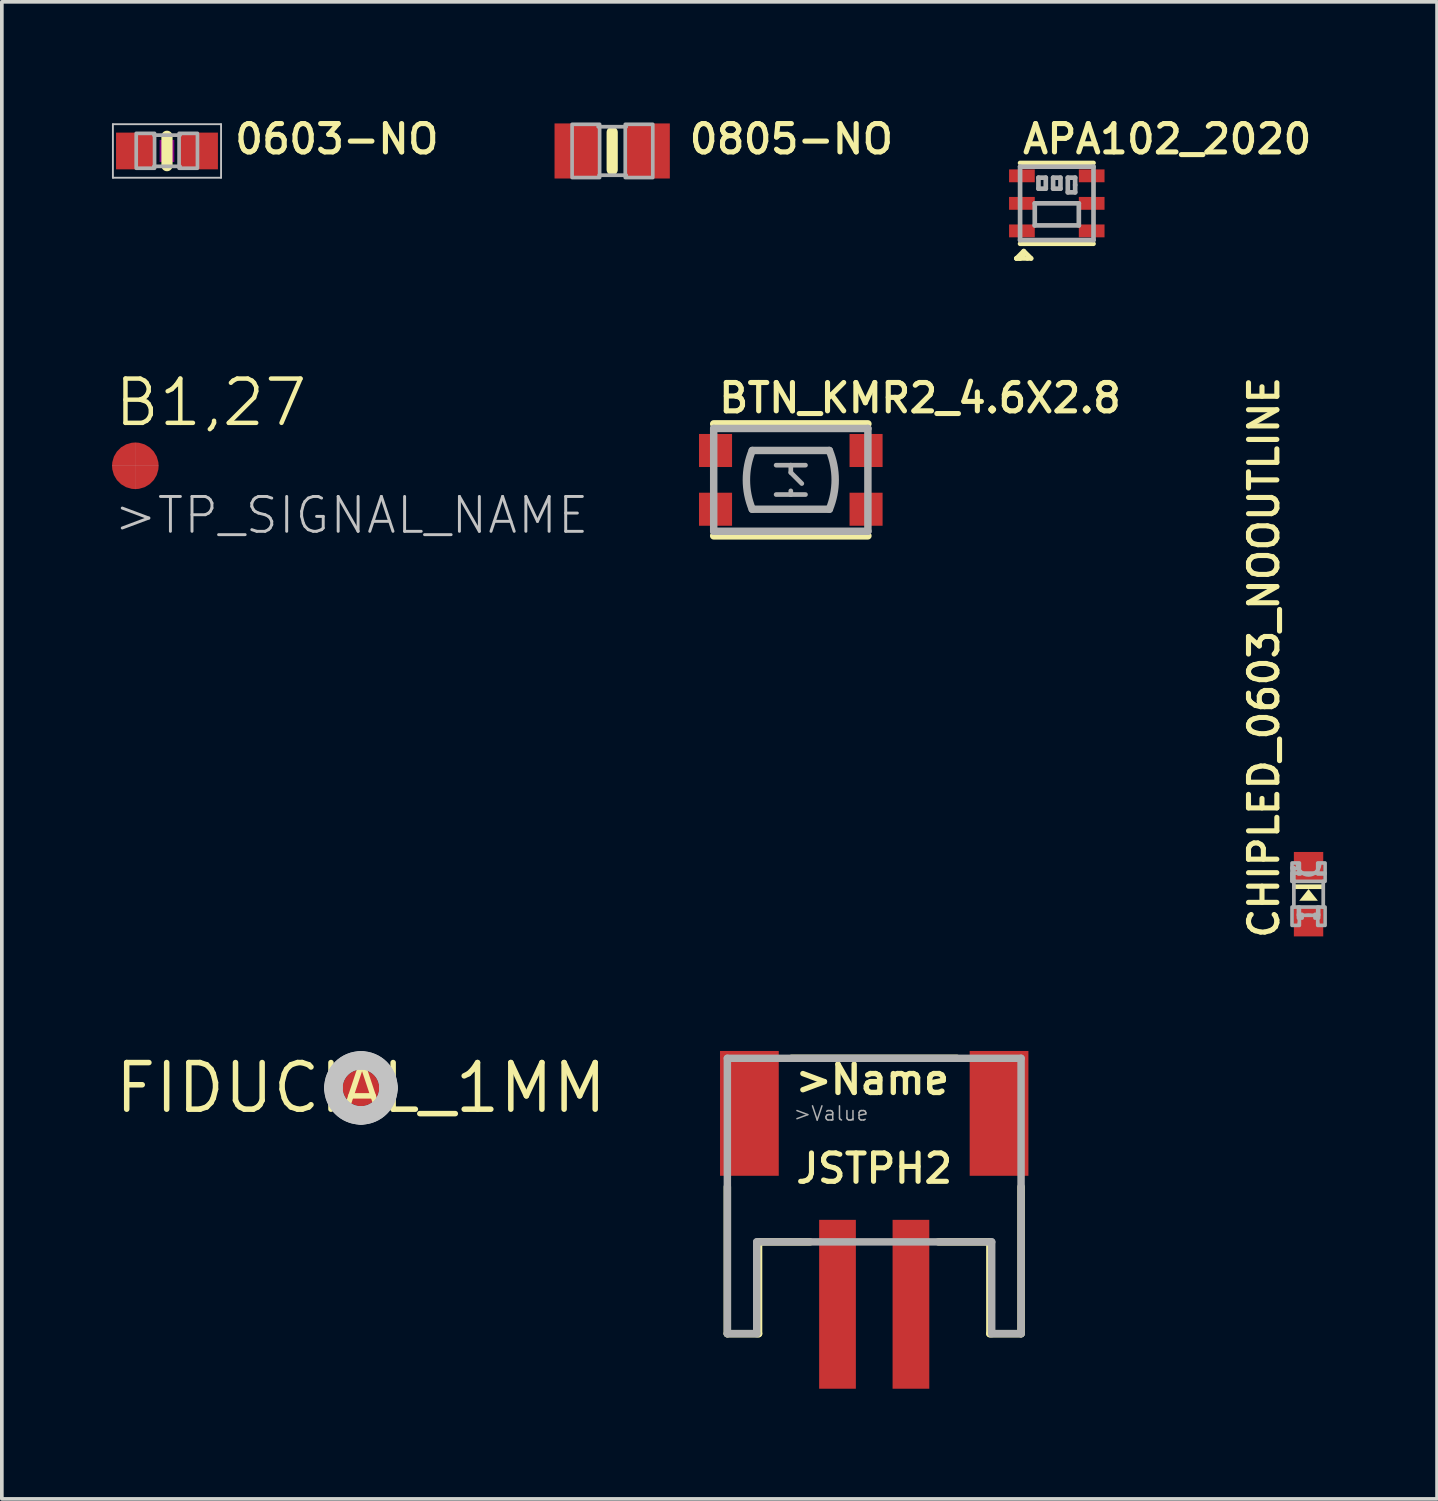
<source format=kicad_pcb>
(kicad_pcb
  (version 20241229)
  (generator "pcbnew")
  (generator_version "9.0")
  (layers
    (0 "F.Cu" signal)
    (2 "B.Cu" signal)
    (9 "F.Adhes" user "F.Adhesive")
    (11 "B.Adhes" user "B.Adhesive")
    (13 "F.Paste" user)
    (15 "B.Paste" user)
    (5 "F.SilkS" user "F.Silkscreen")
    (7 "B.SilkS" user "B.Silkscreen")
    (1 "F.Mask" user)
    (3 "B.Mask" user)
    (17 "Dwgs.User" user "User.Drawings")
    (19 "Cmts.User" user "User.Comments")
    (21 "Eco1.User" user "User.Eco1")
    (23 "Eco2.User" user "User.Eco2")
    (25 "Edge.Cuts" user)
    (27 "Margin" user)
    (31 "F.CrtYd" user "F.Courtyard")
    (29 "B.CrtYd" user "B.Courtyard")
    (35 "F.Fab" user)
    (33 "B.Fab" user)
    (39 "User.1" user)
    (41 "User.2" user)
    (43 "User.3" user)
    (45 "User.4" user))
  (footprint "CHIPLED_0603_NOOUTLINE"
    (layer "F.Cu")
    (at 32.591 21.305)
    (property "Reference" "CHIPLED_0603_NOOUTLINE" (at -0.762 1.27 270) (layer "F.SilkS") (effects (font (size 0.772 0.772) (thickness 0.139)) (justify left bottom)))
    (attr through_hole)
    (fp_poly (pts (xy 0 -0.14) (xy -0.254 0.178) (xy 0.254 0.178)) (stroke (width 0) (type solid)) (fill yes) (layer "F.SilkS"))
    (fp_poly (pts (xy -0.381 -0.14) (xy 0.381 -0.14) (xy 0.381 -0.267) (xy -0.381 -0.267)) (stroke (width 0) (type solid)) (fill yes) (layer "F.SilkS"))
    (fp_line (start -0.4 -0.375) (end -0.4 0.35) (stroke (width 0.102) (type solid)) (layer "F.Fab"))
    (fp_line (start 0.4 -0.35) (end 0.4 0.35) (stroke (width 0.102) (type solid)) (layer "F.Fab"))
    (fp_arc (start -0.275 0.825) (mid 0 0.55) (end 0.275 0.825) (stroke (width 0.0508) (type solid)) (layer "F.Fab"))
    (fp_arc (start 0.3 -0.799998) (mid -0.000001 -0.524966) (end -0.3 -0.8) (stroke (width 0.1016) (type solid)) (layer "F.Fab"))
    (fp_circle (center -0.35 -0.625) (end -0.275 -0.625) (stroke (width 0.051) (type solid)) (fill no) (layer "F.Fab"))
    (fp_poly (pts (xy -0.45 -0.7) (xy -0.25 -0.7) (xy -0.25 -0.85) (xy -0.45 -0.85)) (stroke (width 0.1) (type solid)) (fill no) (layer "F.Fab"))
    (fp_poly (pts (xy -0.45 -0.35) (xy -0.4 -0.35) (xy -0.4 -0.725) (xy -0.45 -0.725)) (stroke (width 0.1) (type solid)) (fill no) (layer "F.Fab"))
    (fp_poly (pts (xy -0.45 -0.35) (xy 0.45 -0.35) (xy 0.45 -0.575) (xy -0.45 -0.575)) (stroke (width 0.1) (type solid)) (fill no) (layer "F.Fab"))
    (fp_poly (pts (xy -0.45 0.85) (xy -0.25 0.85) (xy -0.25 0.35) (xy -0.45 0.35)) (stroke (width 0.1) (type solid)) (fill no) (layer "F.Fab"))
    (fp_poly (pts (xy -0.275 -0.55) (xy -0.225 -0.55) (xy -0.225 -0.6) (xy -0.275 -0.6)) (stroke (width 0.1) (type solid)) (fill no) (layer "F.Fab"))
    (fp_poly (pts (xy -0.275 0.575) (xy 0.275 0.575) (xy 0.275 0.35) (xy -0.275 0.35)) (stroke (width 0.1) (type solid)) (fill no) (layer "F.Fab"))
    (fp_poly (pts (xy -0.275 0.65) (xy -0.175 0.65) (xy -0.175 0.55) (xy -0.275 0.55)) (stroke (width 0.1) (type solid)) (fill no) (layer "F.Fab"))
    (fp_poly (pts (xy 0.175 0.65) (xy 0.275 0.65) (xy 0.275 0.55) (xy 0.175 0.55)) (stroke (width 0.1) (type solid)) (fill no) (layer "F.Fab"))
    (fp_poly (pts (xy 0.25 -0.55) (xy 0.45 -0.55) (xy 0.45 -0.85) (xy 0.25 -0.85)) (stroke (width 0.1) (type solid)) (fill no) (layer "F.Fab"))
    (fp_poly (pts (xy 0.25 0.85) (xy 0.45 0.85) (xy 0.45 0.35) (xy 0.25 0.35)) (stroke (width 0.1) (type solid)) (fill no) (layer "F.Fab"))
    (pad "A" smd rect (at 0 0.75) (size 0.8 0.8) (layers "F.Cu" "F.Mask" "F.Paste"))
    (pad "C" smd rect (at 0 -0.75) (size 0.8 0.8) (layers "F.Cu" "F.Mask" "F.Paste")))
  (footprint "0603-NO"
    (layer "F.Cu")
    (at 1.498 1.062)
    (property "Reference" "0603-NO" (at 1.778 0.127 0) (layer "F.SilkS") (effects (font (size 0.772 0.772) (thickness 0.139)) (justify left bottom)))
    (attr through_hole)
    (fp_line (start 0 -0.4) (end 0 0.4) (stroke (width 0.305) (type solid)) (layer "F.SilkS"))
    (fp_poly (pts (xy -0.2 0.3) (xy 0.2 0.3) (xy 0.2 -0.3) (xy -0.2 -0.3)) (stroke (width 0) (type solid)) (fill yes) (layer "F.Adhes"))
    (fp_line (start -1.473 -0.729) (end 1.473 -0.729) (stroke (width 0.051) (type solid)) (layer "Dwgs.User"))
    (fp_line (start -1.473 0.729) (end -1.473 -0.729) (stroke (width 0.051) (type solid)) (layer "Dwgs.User"))
    (fp_line (start 1.473 -0.729) (end 1.473 0.729) (stroke (width 0.051) (type solid)) (layer "Dwgs.User"))
    (fp_line (start 1.473 0.729) (end -1.473 0.729) (stroke (width 0.051) (type solid)) (layer "Dwgs.User"))
    (fp_line (start -0.356 -0.432) (end 0.356 -0.432) (stroke (width 0.102) (type solid)) (layer "F.Fab"))
    (fp_line (start -0.356 0.419) (end 0.356 0.419) (stroke (width 0.102) (type solid)) (layer "F.Fab"))
    (fp_poly (pts (xy -0.838 0.47) (xy -0.338 0.47) (xy -0.338 -0.48) (xy -0.838 -0.48)) (stroke (width 0.1) (type solid)) (fill no) (layer "F.Fab"))
    (fp_poly (pts (xy 0.33 0.47) (xy 0.83 0.47) (xy 0.83 -0.48) (xy 0.33 -0.48)) (stroke (width 0.1) (type solid)) (fill no) (layer "F.Fab"))
    (pad "1" smd rect (at -0.85 0) (size 1.075 1) (layers "F.Cu" "F.Mask" "F.Paste"))
    (pad "2" smd rect (at 0.85 0) (size 1.075 1) (layers "F.Cu" "F.Mask" "F.Paste")))
  (footprint "0805-NO"
    (layer "F.Cu")
    (at 13.624 1.062)
    (property "Reference" "0805-NO" (at 2.032 0.127 180) (layer "F.SilkS") (effects (font (size 0.772 0.772) (thickness 0.139)) (justify left bottom)))
    (attr through_hole)
    (fp_line (start 0 -0.508) (end 0 0.508) (stroke (width 0.305) (type solid)) (layer "F.SilkS"))
    (fp_line (start -0.381 -0.66) (end 0.381 -0.66) (stroke (width 0.102) (type solid)) (layer "F.Fab"))
    (fp_line (start -0.356 0.66) (end 0.381 0.66) (stroke (width 0.102) (type solid)) (layer "F.Fab"))
    (fp_poly (pts (xy -1.092 0.724) (xy -0.342 0.724) (xy -0.342 -0.726) (xy -1.092 -0.726)) (stroke (width 0.1) (type solid)) (fill no) (layer "F.Fab"))
    (fp_poly (pts (xy 0.356 0.724) (xy 1.106 0.724) (xy 1.106 -0.726) (xy 0.356 -0.726)) (stroke (width 0.1) (type solid)) (fill no) (layer "F.Fab"))
    (pad "1" smd rect (at -0.95 0) (size 1.24 1.5) (layers "F.Cu" "F.Mask" "F.Paste"))
    (pad "2" smd rect (at 0.95 0) (size 1.24 1.5) (layers "F.Cu" "F.Mask" "F.Paste")))
  (footprint "APA102_2020"
    (layer "F.Cu")
    (at 25.734 2.489)
    (property "Reference" "APA102_2020" (at -1 -1.3 0) (layer "F.SilkS") (effects (font (size 0.772 0.772) (thickness 0.139)) (justify left bottom)))
    (attr through_hole)
    (fp_line (start -1.1 1.5) (end -1 1.5) (stroke (width 0.127) (type solid)) (layer "F.SilkS"))
    (fp_line (start -1.1 1.5) (end -0.8 1.5) (stroke (width 0.127) (type solid)) (layer "F.SilkS"))
    (fp_line (start -1 1.5) (end -0.9 1.4) (stroke (width 0.127) (type solid)) (layer "F.SilkS"))
    (fp_line (start -0.9 1.3) (end -1.1 1.5) (stroke (width 0.127) (type solid)) (layer "F.SilkS"))
    (fp_line (start -0.8 1.5) (end -0.7 1.5) (stroke (width 0.127) (type solid)) (layer "F.SilkS"))
    (fp_line (start -0.7 1.5) (end -0.9 1.3) (stroke (width 0.127) (type solid)) (layer "F.SilkS"))
    (fp_line (start 1 -1.1) (end -1 -1.1) (stroke (width 0.127) (type solid)) (layer "F.SilkS"))
    (fp_line (start 1 1.1) (end -1 1.1) (stroke (width 0.127) (type solid)) (layer "F.SilkS"))
    (fp_line (start -1 -1) (end 1 -1) (stroke (width 0.127) (type solid)) (layer "F.Fab"))
    (fp_line (start -1 1) (end -1 -1) (stroke (width 0.127) (type solid)) (layer "F.Fab"))
    (fp_line (start -0.6 0) (end 0.6 0) (stroke (width 0.127) (type solid)) (layer "F.Fab"))
    (fp_line (start -0.6 0.6) (end -0.6 0) (stroke (width 0.127) (type solid)) (layer "F.Fab"))
    (fp_line (start -0.5 -0.7) (end -0.3 -0.7) (stroke (width 0.127) (type solid)) (layer "F.Fab"))
    (fp_line (start -0.5 -0.4) (end -0.5 -0.7) (stroke (width 0.127) (type solid)) (layer "F.Fab"))
    (fp_line (start -0.3 -0.7) (end -0.3 -0.4) (stroke (width 0.127) (type solid)) (layer "F.Fab"))
    (fp_line (start -0.3 -0.4) (end -0.5 -0.4) (stroke (width 0.127) (type solid)) (layer "F.Fab"))
    (fp_line (start -0.1 -0.7) (end 0.1 -0.7) (stroke (width 0.127) (type solid)) (layer "F.Fab"))
    (fp_line (start -0.1 -0.4) (end -0.1 -0.7) (stroke (width 0.127) (type solid)) (layer "F.Fab"))
    (fp_line (start 0.1 -0.7) (end 0.1 -0.4) (stroke (width 0.127) (type solid)) (layer "F.Fab"))
    (fp_line (start 0.1 -0.4) (end -0.1 -0.4) (stroke (width 0.127) (type solid)) (layer "F.Fab"))
    (fp_line (start 0.3 -0.7) (end 0.5 -0.7) (stroke (width 0.127) (type solid)) (layer "F.Fab"))
    (fp_line (start 0.3 -0.3) (end 0.3 -0.7) (stroke (width 0.127) (type solid)) (layer "F.Fab"))
    (fp_line (start 0.5 -0.7) (end 0.5 -0.5) (stroke (width 0.127) (type solid)) (layer "F.Fab"))
    (fp_line (start 0.5 -0.5) (end 0.5 -0.3) (stroke (width 0.127) (type solid)) (layer "F.Fab"))
    (fp_line (start 0.5 -0.3) (end 0.3 -0.3) (stroke (width 0.127) (type solid)) (layer "F.Fab"))
    (fp_line (start 0.6 0) (end 0.6 0.6) (stroke (width 0.127) (type solid)) (layer "F.Fab"))
    (fp_line (start 0.6 0.6) (end -0.6 0.6) (stroke (width 0.127) (type solid)) (layer "F.Fab"))
    (fp_line (start 1 -1) (end 1 1) (stroke (width 0.127) (type solid)) (layer "F.Fab"))
    (fp_line (start 1 1) (end -1 1) (stroke (width 0.127) (type solid)) (layer "F.Fab"))
    (pad "1" smd rect (at -0.95 0.75 180) (size 0.7 0.35) (layers "F.Cu" "F.Mask" "F.Paste"))
    (pad "2" smd rect (at -0.95 0 180) (size 0.7 0.35) (layers "F.Cu" "F.Mask" "F.Paste"))
    (pad "3" smd rect (at -0.95 -0.75 180) (size 0.7 0.35) (layers "F.Cu" "F.Mask" "F.Paste"))
    (pad "4" smd rect (at 0.95 -0.75 180) (size 0.7 0.35) (layers "F.Cu" "F.Mask" "F.Paste"))
    (pad "5" smd rect (at 0.95 0 180) (size 0.7 0.35) (layers "F.Cu" "F.Mask" "F.Paste"))
    (pad "6" smd rect (at 0.95 0.75 180) (size 0.7 0.35) (layers "F.Cu" "F.Mask" "F.Paste")))
  (footprint "JSTPH2"
    (layer "F.Cu")
    (at 20.761 28.775)
    (property "Reference" "JSTPH2" (at 0 0 180) (layer "F.SilkS") (effects (font (size 0.772 0.772) (thickness 0.139))))
    (attr through_hole)
    (fp_line (start -4 4.5) (end -4 0.5) (stroke (width 0.203) (type solid)) (layer "F.SilkS"))
    (fp_line (start -3.15 2) (end -3.15 4.5) (stroke (width 0.203) (type solid)) (layer "F.SilkS"))
    (fp_line (start -3.15 4.5) (end -4 4.5) (stroke (width 0.203) (type solid)) (layer "F.SilkS"))
    (fp_line (start -2.25 -3) (end 2.25 -3) (stroke (width 0.203) (type solid)) (layer "F.SilkS"))
    (fp_line (start -1.75 2) (end -3.15 2) (stroke (width 0.203) (type solid)) (layer "F.SilkS"))
    (fp_line (start 3.15 2) (end 1.75 2) (stroke (width 0.203) (type solid)) (layer "F.SilkS"))
    (fp_line (start 3.15 4.5) (end 3.15 2) (stroke (width 0.203) (type solid)) (layer "F.SilkS"))
    (fp_line (start 4 0.5) (end 4 4.5) (stroke (width 0.203) (type solid)) (layer "F.SilkS"))
    (fp_line (start 4 4.5) (end 3.15 4.5) (stroke (width 0.203) (type solid)) (layer "F.SilkS"))
    (fp_line (start -4 -3) (end 4 -3) (stroke (width 0.203) (type solid)) (layer "F.Fab"))
    (fp_line (start -4 4.5) (end -4 -3) (stroke (width 0.203) (type solid)) (layer "F.Fab"))
    (fp_line (start -3.2 2) (end -3.2 4.5) (stroke (width 0.203) (type solid)) (layer "F.Fab"))
    (fp_line (start -3.2 4.5) (end -4 4.5) (stroke (width 0.203) (type solid)) (layer "F.Fab"))
    (fp_line (start 3.2 2) (end -3.2 2) (stroke (width 0.203) (type solid)) (layer "F.Fab"))
    (fp_line (start 3.2 4.5) (end 3.2 2) (stroke (width 0.203) (type solid)) (layer "F.Fab"))
    (fp_line (start 4 -3) (end 4 4.5) (stroke (width 0.203) (type solid)) (layer "F.Fab"))
    (fp_line (start 4 4.5) (end 3.2 4.5) (stroke (width 0.203) (type solid)) (layer "F.Fab"))
    (fp_text user ">Name" (at -2.223 -1.968 0) (layer "F.SilkS") (effects (font (size 0.772 0.772) (thickness 0.146)) (justify left bottom)))
    (fp_text user ">Value" (at -2.223 -1.27 0) (layer "F.Fab") (effects (font (size 0.386 0.386) (thickness 0.041)) (justify left bottom)))
    (pad "1" smd rect (at -1 3.7) (size 1 4.6) (layers "F.Cu" "F.Mask" "F.Paste"))
    (pad "2" smd rect (at 1 3.7) (size 1 4.6) (layers "F.Cu" "F.Mask" "F.Paste"))
    (pad "NC1" smd rect (at -3.4 -1.5 90) (size 3.4 1.6) (layers "F.Cu" "F.Mask" "F.Paste"))
    (pad "NC2" smd rect (at 3.4 -1.5 90) (size 3.4 1.6) (layers "F.Cu" "F.Mask" "F.Paste")))
  (footprint "FIDUCIAL_1MM"
    (layer "F.Cu")
    (at 6.781 26.581)
    (property "Reference" "FIDUCIAL_1MM" (at 0 0 0) (layer "F.SilkS") (effects (font (size 1.27 1.27) (thickness 0.15))))
    (attr through_hole)
    (fp_arc (start -0.75 0) (mid -0.53033 -0.53033) (end 0 -0.75) (stroke (width 0.5) (type solid)) (layer "F.Mask"))
    (fp_arc (start 0 -0.75) (mid 0.53033 -0.53033) (end 0.75 0) (stroke (width 0.5) (type solid)) (layer "F.Mask"))
    (fp_arc (start 0 0.75) (mid -0.53033 0.53033) (end -0.75 0) (stroke (width 0.5) (type solid)) (layer "F.Mask"))
    (fp_arc (start 0.75 0) (mid 0.53033 0.53033) (end 0 0.75) (stroke (width 0.5) (type solid)) (layer "F.Mask"))
    (fp_arc (start -0.75 0) (mid -0.53033 -0.53033) (end 0 -0.75) (stroke (width 0.5) (type solid)) (layer "Dwgs.User"))
    (fp_arc (start -0.75 0) (mid -0.53033 -0.53033) (end 0 -0.75) (stroke (width 0.5) (type solid)) (layer "Dwgs.User"))
    (fp_arc (start 0 -0.75) (mid 0.53033 -0.53033) (end 0.75 0) (stroke (width 0.5) (type solid)) (layer "Dwgs.User"))
    (fp_arc (start 0 -0.75) (mid 0.53033 -0.53033) (end 0.75 0) (stroke (width 0.5) (type solid)) (layer "Dwgs.User"))
    (fp_arc (start 0 0.75) (mid -0.53033 0.53033) (end -0.75 0) (stroke (width 0.5) (type solid)) (layer "Dwgs.User"))
    (fp_arc (start 0 0.75) (mid -0.53033 0.53033) (end -0.75 0) (stroke (width 0.5) (type solid)) (layer "Dwgs.User"))
    (fp_arc (start 0.75 0) (mid 0.53033 0.53033) (end 0 0.75) (stroke (width 0.5) (type solid)) (layer "Dwgs.User"))
    (fp_arc (start 0.75 0) (mid 0.53033 0.53033) (end 0 0.75) (stroke (width 0.5) (type solid)) (layer "Dwgs.User"))
    (pad "1" smd roundrect (at 0 0) (size 1 1) (layers "F.Cu" "F.Mask") (roundrect_rratio 0.5)))
  (footprint "BTN_KMR2_4.6X2.8"
    (layer "F.Cu")
    (at 18.489 10.02)
    (property "Reference" "BTN_KMR2_4.6X2.8" (at -2.032 -1.778 0) (layer "F.SilkS") (effects (font (size 0.772 0.772) (thickness 0.139)) (justify left bottom)))
    (attr through_hole)
    (fp_line (start -2.1 -1.525) (end 2.1 -1.525) (stroke (width 0.203) (type solid)) (layer "F.SilkS"))
    (fp_line (start 2.1 1.525) (end -2.1 1.525) (stroke (width 0.203) (type solid)) (layer "F.SilkS"))
    (fp_line (start -2.1 -1.4) (end 2.1 -1.4) (stroke (width 0.203) (type solid)) (layer "F.Fab"))
    (fp_line (start -2.1 1.4) (end -2.1 -1.4) (stroke (width 0.203) (type solid)) (layer "F.Fab"))
    (fp_line (start -1.05 -0.8) (end 1.05 -0.8) (stroke (width 0.203) (type solid)) (layer "F.Fab"))
    (fp_line (start -0.4 -0.4) (end 0 -0.4) (stroke (width 0.127) (type solid)) (layer "F.Fab"))
    (fp_line (start -0.4 0.4) (end 0 0.4) (stroke (width 0.127) (type solid)) (layer "F.Fab"))
    (fp_line (start 0 -0.4) (end 0 -0.2) (stroke (width 0.127) (type solid)) (layer "F.Fab"))
    (fp_line (start 0 -0.4) (end 0.4 -0.4) (stroke (width 0.127) (type solid)) (layer "F.Fab"))
    (fp_line (start 0 -0.2) (end 0.3 0.1) (stroke (width 0.127) (type solid)) (layer "F.Fab"))
    (fp_line (start 0 0.4) (end 0 0.3) (stroke (width 0.127) (type solid)) (layer "F.Fab"))
    (fp_line (start 0 0.4) (end 0.4 0.4) (stroke (width 0.127) (type solid)) (layer "F.Fab"))
    (fp_line (start 1.05 0.8) (end -1.05 0.8) (stroke (width 0.203) (type solid)) (layer "F.Fab"))
    (fp_line (start 2.1 -1.4) (end 2.1 1.4) (stroke (width 0.203) (type solid)) (layer "F.Fab"))
    (fp_line (start 2.1 1.4) (end -2.1 1.4) (stroke (width 0.203) (type solid)) (layer "F.Fab"))
    (fp_arc (start -1.05 0.8) (mid -1.209128 0) (end -1.05 -0.799999) (stroke (width 0.2032) (type solid)) (layer "F.Fab"))
    (fp_arc (start 1.05 -0.8) (mid 1.209128 0) (end 1.05 0.799999) (stroke (width 0.2032) (type solid)) (layer "F.Fab"))
    (pad "A" smd rect (at 2.05 -0.8) (size 0.9 0.9) (layers "F.Cu" "F.Mask" "F.Paste"))
    (pad "A'" smd rect (at -2.05 -0.8) (size 0.9 0.9) (layers "F.Cu" "F.Mask" "F.Paste"))
    (pad "B" smd rect (at 2.05 0.8) (size 0.9 0.9) (layers "F.Cu" "F.Mask" "F.Paste"))
    (pad "B'" smd rect (at -2.05 0.8) (size 0.9 0.9) (layers "F.Cu" "F.Mask" "F.Paste")))
  (footprint "B1,27"
    (layer "F.Cu")
    (at 0.636 9.637)
    (property "Reference" "B1,27" (at -0.635 -1.016 180) (layer "F.SilkS") (effects (font (size 1.206 1.206) (thickness 0.121)) (justify left bottom)))
    (attr through_hole)
    (fp_line (start -0.635 0) (end 0.635 0) (stroke (width 0.002) (type solid)) (layer "Dwgs.User"))
    (fp_line (start 0 -0.635) (end 0 0.635) (stroke (width 0.002) (type solid)) (layer "Dwgs.User"))
    (fp_text user ">TP_SIGNAL_NAME" (at -0.635 1.905 0) (layer "Dwgs.User") (effects (font (size 0.95 0.95) (thickness 0.08)) (justify left bottom)))
    (pad "TP" smd roundrect (at 0 0) (size 1.27 1.27) (layers "F.Cu" "F.Mask") (roundrect_rratio 0.5)))
  (gr_rect
    (start -3 -3)
    (end 36.091 37.775)
    (stroke (width 0.1) (type default))
    (fill no)
    (layer "Edge.Cuts")))
</source>
